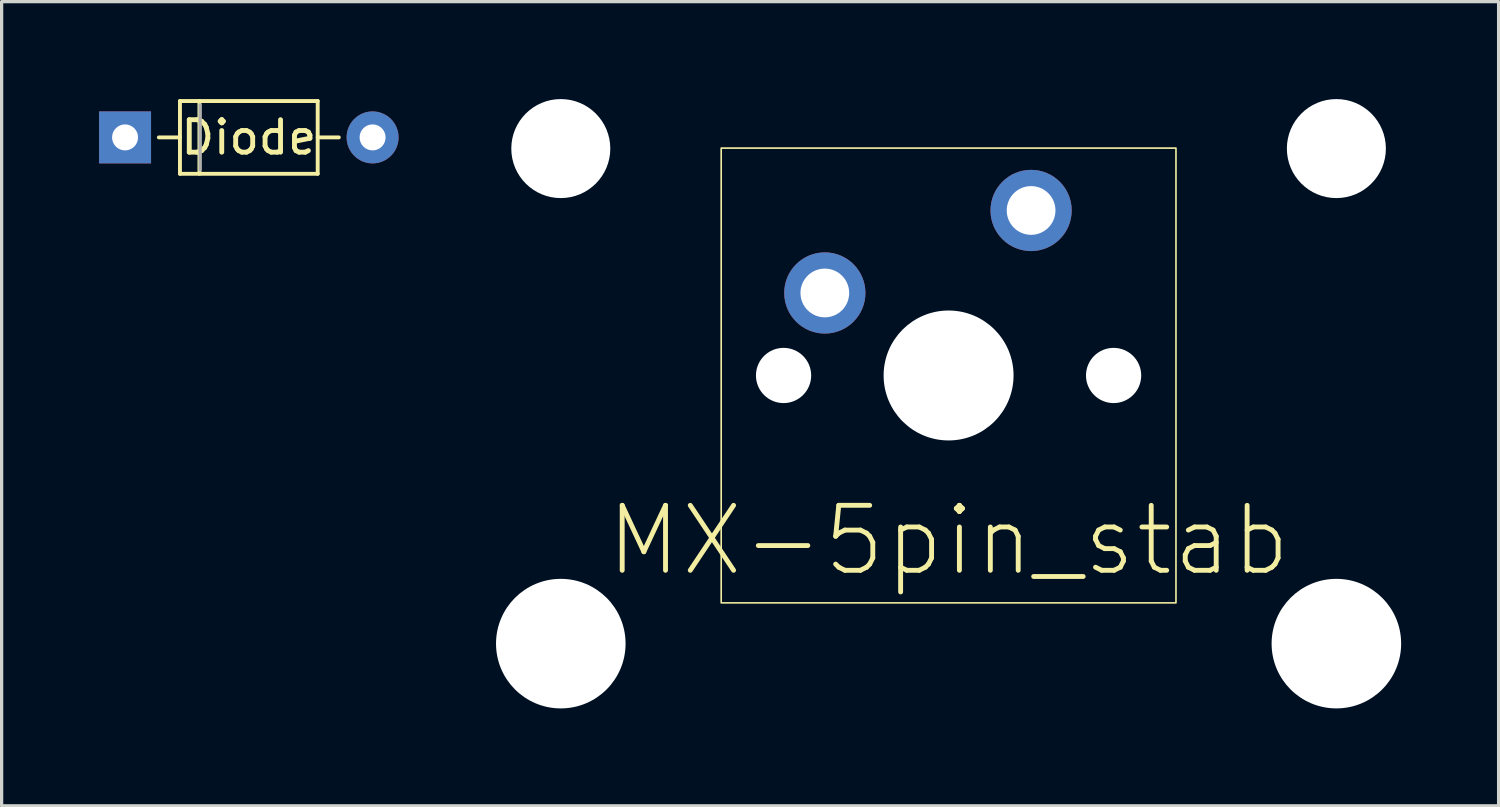
<source format=kicad_pcb>
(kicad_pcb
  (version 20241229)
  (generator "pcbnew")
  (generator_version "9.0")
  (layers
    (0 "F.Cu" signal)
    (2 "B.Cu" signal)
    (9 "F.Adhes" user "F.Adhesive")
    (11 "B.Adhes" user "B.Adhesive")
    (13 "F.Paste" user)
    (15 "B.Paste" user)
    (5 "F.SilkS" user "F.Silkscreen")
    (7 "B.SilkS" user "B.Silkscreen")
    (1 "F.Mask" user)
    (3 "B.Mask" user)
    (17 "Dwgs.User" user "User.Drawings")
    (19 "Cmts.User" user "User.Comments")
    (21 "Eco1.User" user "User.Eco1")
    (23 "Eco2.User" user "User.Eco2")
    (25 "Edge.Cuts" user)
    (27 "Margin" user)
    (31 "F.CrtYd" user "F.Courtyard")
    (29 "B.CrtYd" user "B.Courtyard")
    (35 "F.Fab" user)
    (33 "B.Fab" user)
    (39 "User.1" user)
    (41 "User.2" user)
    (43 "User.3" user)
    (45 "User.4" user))
  (footprint "MX-5pin_stab"
    (layer "F.Cu")
    (at 26.152 8.509)
    (property "Reference" "MX-5pin_stab" (at 0 5.08 0) (unlocked yes) (layer "F.SilkS") (effects (font (size 2 2) (thickness 0.15))))
    (attr through_hole)
    (fp_rect (start -7 -7) (end 7 7) (stroke (width 0.05) (type solid)) (fill no) (layer "F.SilkS"))
    (pad "" np_thru_hole circle (at -11.938 -6.985) (size 3.048 3.048) (drill 3.048) (layers "*.Cu" "*.Mask"))
    (pad "" np_thru_hole circle (at -11.938 8.255) (size 3.988 3.988) (drill 3.988) (layers "*.Cu" "*.Mask"))
    (pad "" np_thru_hole circle (at -5.08 0) (size 1.7 1.7) (drill 1.7) (layers "*.Cu" "*.Mask"))
    (pad "" np_thru_hole circle (at 0 0) (size 4 4) (drill 4) (layers "*.Cu" "*.Mask"))
    (pad "" np_thru_hole circle (at 5.08 0) (size 1.7 1.7) (drill 1.7) (layers "*.Cu" "*.Mask"))
    (pad "" np_thru_hole circle (at 11.938 -6.985) (size 3.048 3.048) (drill 3.048) (layers "*.Cu" "*.Mask"))
    (pad "" np_thru_hole circle (at 11.938 8.255) (size 3.988 3.988) (drill 3.988) (layers "*.Cu" "*.Mask"))
    (pad "1" thru_hole circle (at 2.54 -5.08) (size 2.5 2.5) (drill 1.5) (layers "*.Cu" "*.Mask"))
    (pad "2" thru_hole circle (at -3.81 -2.54) (size 2.5 2.5) (drill 1.5) (layers "*.Cu" "*.Mask")))
  (footprint "Diode"
    (layer "F.Cu")
    (at 0.8 1.18)
    (property "Reference" "Diode" (at 3.81 0 0) (unlocked yes) (layer "F.SilkS") (effects (font (size 1 1) (thickness 0.15))))
    (attr through_hole)
    (fp_line (start 1.04 0) (end 1.69 0) (stroke (width 0.12) (type solid)) (layer "F.SilkS"))
    (fp_line (start 1.69 -1.12) (end 1.69 1.12) (stroke (width 0.12) (type solid)) (layer "F.SilkS"))
    (fp_line (start 1.69 1.12) (end 5.93 1.12) (stroke (width 0.12) (type solid)) (layer "F.SilkS"))
    (fp_line (start 2.29 -1.12) (end 2.29 1.12) (stroke (width 0.12) (type solid)) (layer "F.SilkS"))
    (fp_line (start 5.93 -1.12) (end 1.69 -1.12) (stroke (width 0.12) (type solid)) (layer "F.SilkS"))
    (fp_line (start 5.93 1.12) (end 5.93 -1.12) (stroke (width 0.12) (type solid)) (layer "F.SilkS"))
    (fp_line (start 6.58 0) (end 5.93 0) (stroke (width 0.12) (type solid)) (layer "F.SilkS"))
    (fp_line (start 2.31 -1) (end 2.31 1) (stroke (width 0.1) (type solid)) (layer "F.Fab"))
    (pad "1" thru_hole rect (at 0 0) (size 1.6 1.6) (drill 0.8) (layers "*.Cu" "*.Mask"))
    (pad "2" thru_hole oval (at 7.62 0) (size 1.6 1.6) (drill 0.8) (layers "*.Cu" "*.Mask")))
  (gr_rect
    (start -3 -3)
    (end 43.084 21.758)
    (stroke (width 0.1) (type default))
    (fill no)
    (layer "Edge.Cuts")))
</source>
